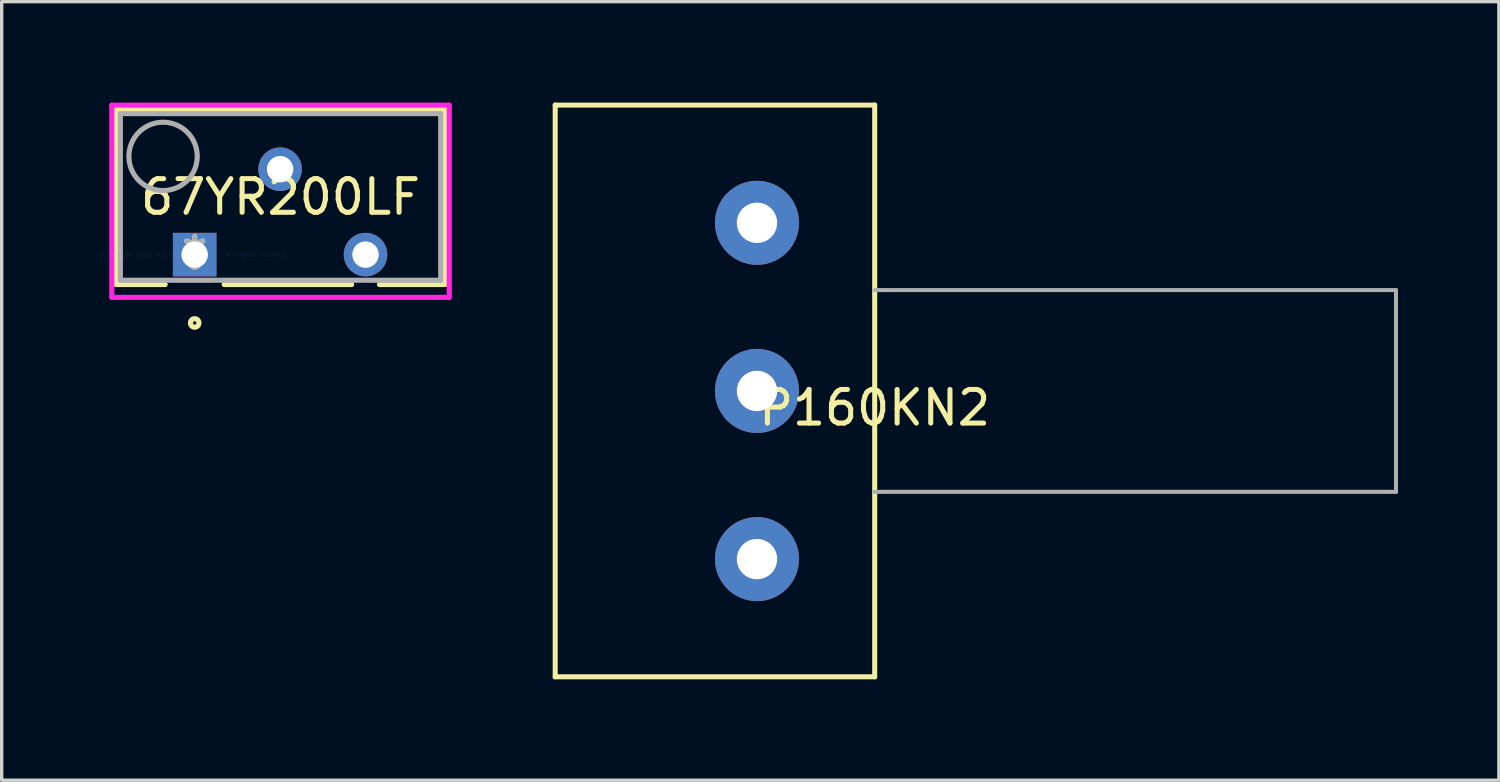
<source format=kicad_pcb>
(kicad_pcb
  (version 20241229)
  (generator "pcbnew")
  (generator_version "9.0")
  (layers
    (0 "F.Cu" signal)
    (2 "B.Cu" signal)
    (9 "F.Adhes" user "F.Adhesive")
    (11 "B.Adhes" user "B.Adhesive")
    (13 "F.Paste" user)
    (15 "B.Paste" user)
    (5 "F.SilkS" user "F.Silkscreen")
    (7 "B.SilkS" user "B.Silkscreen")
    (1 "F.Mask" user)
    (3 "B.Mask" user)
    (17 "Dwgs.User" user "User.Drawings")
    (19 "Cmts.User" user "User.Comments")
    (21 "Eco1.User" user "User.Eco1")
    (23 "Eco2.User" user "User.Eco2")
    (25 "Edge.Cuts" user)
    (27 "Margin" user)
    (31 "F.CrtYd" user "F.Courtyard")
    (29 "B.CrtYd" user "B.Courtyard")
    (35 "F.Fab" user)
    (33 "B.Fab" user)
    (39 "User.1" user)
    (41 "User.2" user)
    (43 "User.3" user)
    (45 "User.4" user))
  (footprint "P160KN2"
    (layer "F.Cu")
    (at 22.959 8.575)
    (property "Reference" "P160KN2" (at 0 0.5 0) (layer "F.SilkS") (effects (font (size 1 1) (thickness 0.15))))
    (attr through_hole)
    (fp_line (start -9.5 -8.5) (end -9.5 8.5) (stroke (width 0.15) (type solid)) (layer "F.SilkS"))
    (fp_line (start -9.5 8.5) (end 0 8.5) (stroke (width 0.15) (type solid)) (layer "F.SilkS"))
    (fp_line (start 0 -8.5) (end -9.5 -8.5) (stroke (width 0.15) (type solid)) (layer "F.SilkS"))
    (fp_line (start 0 8.5) (end 0 -8.5) (stroke (width 0.15) (type solid)) (layer "F.SilkS"))
    (fp_line (start 0 -3) (end 15.5 -3) (stroke (width 0.12) (type solid)) (layer "F.Fab"))
    (fp_line (start 15.5 -3) (end 15.5 3) (stroke (width 0.12) (type solid)) (layer "F.Fab"))
    (fp_line (start 15.5 3) (end 0 3) (stroke (width 0.12) (type solid)) (layer "F.Fab"))
    (pad "1" thru_hole circle (at -3.5 -5) (size 2.5 2.5) (drill 1.2) (layers "*.Cu" "*.Mask"))
    (pad "2" thru_hole circle (at -3.5 0) (size 2.5 2.5) (drill 1.2) (layers "*.Cu" "*.Mask"))
    (pad "3" thru_hole circle (at -3.5 5) (size 2.5 2.5) (drill 1.2) (layers "*.Cu" "*.Mask")))
  (footprint "67YR200LF"
    (layer "F.Cu")
    (at 2.739 4.521)
    (property "Reference" "67YR200LF" (at 2.553 -1.714 0) (layer "F.SilkS") (effects (font (size 1 1) (thickness 0.15))))
    (attr through_hole)
    (fp_line (start -2.337 -4.318) (end -2.337 0.889) (stroke (width 0.152) (type solid)) (layer "F.SilkS"))
    (fp_line (start -2.337 0.889) (end -0.877 0.889) (stroke (width 0.152) (type solid)) (layer "F.SilkS"))
    (fp_line (start 0.877 0.889) (end 4.667 0.889) (stroke (width 0.152) (type solid)) (layer "F.SilkS"))
    (fp_line (start 5.493 0.889) (end 7.442 0.889) (stroke (width 0.152) (type solid)) (layer "F.SilkS"))
    (fp_line (start 7.442 -4.318) (end -2.337 -4.318) (stroke (width 0.152) (type solid)) (layer "F.SilkS"))
    (fp_line (start 7.442 0.889) (end 7.442 -4.318) (stroke (width 0.152) (type solid)) (layer "F.SilkS"))
    (fp_circle (center 0 2.032) (end 0.127 2.032) (stroke (width 0.152) (type solid)) (fill no) (layer "F.SilkS"))
    (fp_line (start -2.464 -4.445) (end 7.569 -4.445) (stroke (width 0.152) (type solid)) (layer "F.CrtYd"))
    (fp_line (start -2.464 1.27) (end -2.464 -4.445) (stroke (width 0.152) (type solid)) (layer "F.CrtYd"))
    (fp_line (start 7.569 -4.445) (end 7.569 1.27) (stroke (width 0.152) (type solid)) (layer "F.CrtYd"))
    (fp_line (start 7.569 1.27) (end -2.464 1.27) (stroke (width 0.152) (type solid)) (layer "F.CrtYd"))
    (fp_line (start -2.21 -4.191) (end -2.21 0.762) (stroke (width 0.152) (type solid)) (layer "F.Fab"))
    (fp_line (start -2.21 0.762) (end 7.315 0.762) (stroke (width 0.152) (type solid)) (layer "F.Fab"))
    (fp_line (start 7.315 -4.191) (end -2.21 -4.191) (stroke (width 0.152) (type solid)) (layer "F.Fab"))
    (fp_line (start 7.315 0.762) (end 7.315 -4.191) (stroke (width 0.152) (type solid)) (layer "F.Fab"))
    (fp_circle (center -0.94 -2.921) (end 0.076 -2.921) (stroke (width 0.152) (type solid)) (fill no) (layer "F.Fab"))
    (fp_circle (center 0 0.254) (end 0.127 0.254) (stroke (width 0.152) (type solid)) (fill no) (layer "F.Fab"))
    (fp_text user "*" (at 0 0 0) (layer "F.SilkS") (effects (font (size 1 1) (thickness 0.15))))
    (fp_text user "Copyright 2016 Accelerated Designs. All rights reserved." (at 0 0 0) (layer "Cmts.User") (effects (font (size 0.127 0.127) (thickness 0.002))))
    (fp_text user "*" (at 0 0 0) (layer "F.Fab") (effects (font (size 1 1) (thickness 0.15))))
    (pad "1" thru_hole rect (at 0 0) (size 1.295 1.295) (drill 0.787) (layers "*.Cu" "*.Mask"))
    (pad "2" thru_hole circle (at 2.54 -2.54) (size 1.295 1.295) (drill 0.787) (layers "*.Cu" "*.Mask"))
    (pad "3" thru_hole circle (at 5.08 0) (size 1.295 1.295) (drill 0.787) (layers "*.Cu" "*.Mask")))
  (gr_rect
    (start -3 -3)
    (end 41.519 20.15)
    (stroke (width 0.1) (type default))
    (fill no)
    (layer "Edge.Cuts")))
</source>
